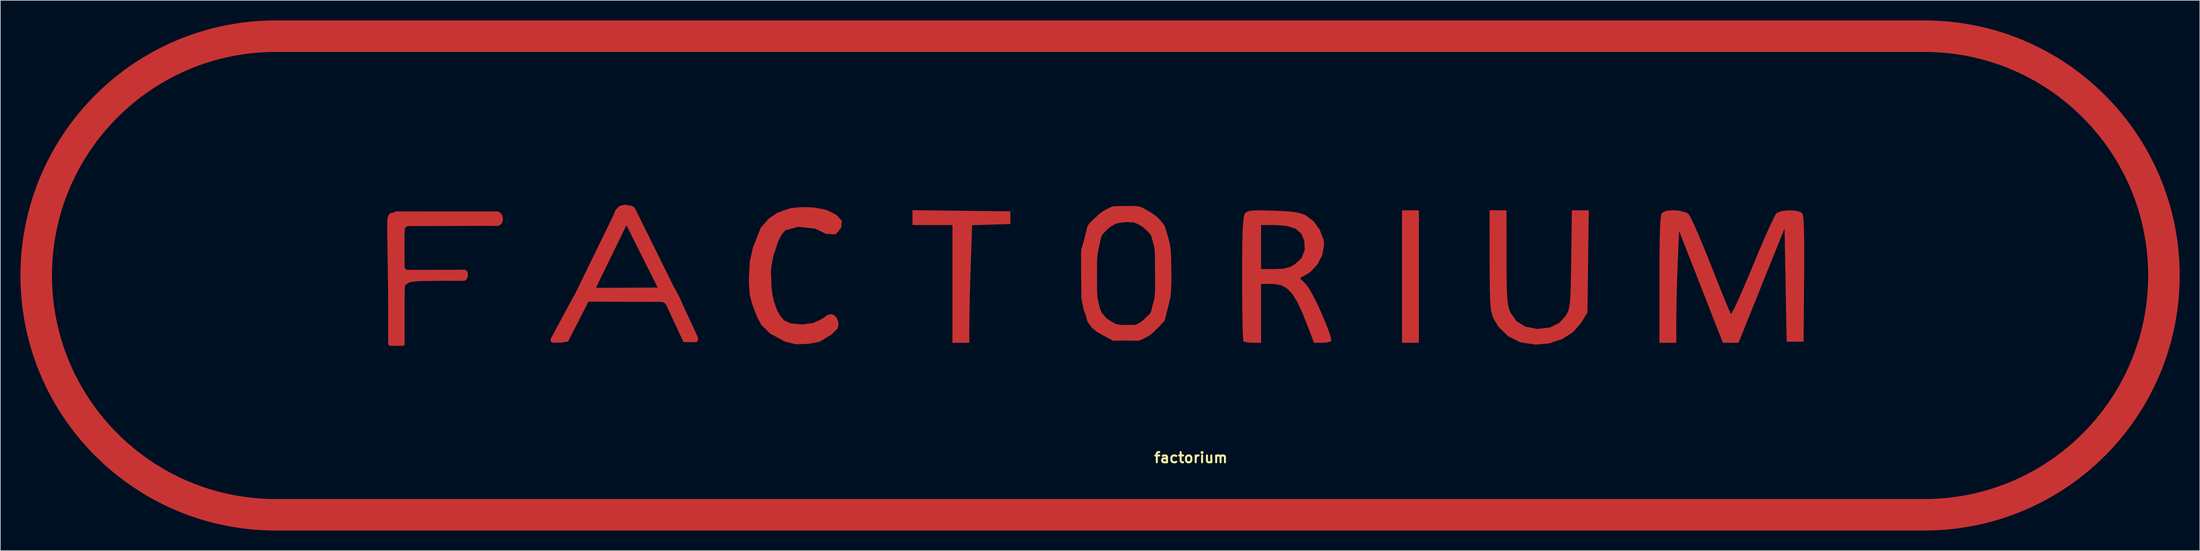
<source format=kicad_pcb>
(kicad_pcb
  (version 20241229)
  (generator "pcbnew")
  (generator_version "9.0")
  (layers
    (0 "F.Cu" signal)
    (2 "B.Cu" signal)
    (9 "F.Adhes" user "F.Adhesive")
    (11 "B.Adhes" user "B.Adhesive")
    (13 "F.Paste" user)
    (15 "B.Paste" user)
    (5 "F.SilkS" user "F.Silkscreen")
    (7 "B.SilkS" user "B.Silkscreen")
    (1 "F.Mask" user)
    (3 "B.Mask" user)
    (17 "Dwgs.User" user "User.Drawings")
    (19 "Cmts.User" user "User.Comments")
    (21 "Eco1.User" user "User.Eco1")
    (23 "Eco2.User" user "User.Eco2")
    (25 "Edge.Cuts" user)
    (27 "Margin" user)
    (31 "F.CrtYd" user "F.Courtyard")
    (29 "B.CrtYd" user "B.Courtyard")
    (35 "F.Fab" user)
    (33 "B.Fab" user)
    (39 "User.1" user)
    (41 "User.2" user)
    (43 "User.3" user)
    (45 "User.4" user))
  (footprint "factorium"
    (layer "F.Cu")
    (at 160.98 38.05)
    (property "Reference" "factorium" (at 13.54 27.18 180) (layer "F.SilkS") (effects (font (size 1.524 1.524) (thickness 0.3))))
    (attr through_hole)
    (fp_line (start -122.93 -35.7) (end 122.93 -35.7) (stroke (width 4.7) (type solid)) (layer "F.Cu"))
    (fp_line (start -122.93 35.7) (end 122.93 35.7) (stroke (width 4.7) (type solid)) (layer "F.Cu"))
    (fp_arc (start -122.93 35.7) (mid -158.63 0) (end -122.93 -35.7) (stroke (width 4.7) (type solid)) (layer "F.Cu"))
    (fp_arc (start 122.93 -35.7) (mid 158.63 0) (end 122.93 35.7) (stroke (width 4.7) (type solid)) (layer "F.Cu"))
    (fp_poly (pts (xy 47.538 10.035) (xy 45.03 10.035) (xy 45.03 -9.721) (xy 47.538 -9.721) (xy 47.538 10.035)) (stroke (width 0.01) (type solid)) (fill yes) (layer "F.Cu"))
    (fp_poly (pts (xy -69.932 -10.36) (xy -69.442 -10.09) (xy -62.962 3.015) (xy -65.242 3.14) (xy -70.622 -7.61) (xy -75.622 2.66) (xy -76.812 3.08) (xy -76.962 3.3) (xy -77.397 3.3) (xy -77.862 3.3) (xy -78.142 3.31) (xy -78.452 3.21) (xy -78.165 2.627) (xy -72.552 -8.88) (xy -72.212 -9.72) (xy -71.672 -10.3) (xy -70.872 -10.51)) (stroke (width 0.1) (type solid)) (fill yes) (layer "F.Cu"))
    (fp_poly (pts (xy -20.671 -9.648) (xy -13.38 -9.564) (xy -13.38 -7.683) (xy -16.232 -7.593) (xy -19.083 -7.504) (xy -19.288 -1.635) (xy -19.356 0.473) (xy -19.415 2.6) (xy -19.46 4.574) (xy -19.488 6.222) (xy -19.494 7.134) (xy -19.495 10.035) (xy -22.004 10.035) (xy -22.004 -7.526) (xy -27.962 -7.526) (xy -27.962 -9.733) (xy -20.671 -9.648)) (stroke (width 0.01) (type solid)) (fill yes) (layer "F.Cu"))
    (fp_poly (pts (xy -77.743 1.9) (xy -64.627 1.85) (xy -63.508 1.85) (xy -62.928 2.94) (xy -62.818 3.13) (xy -62.267 4.39) (xy -60.087 9.07) (xy -59.977 9.43) (xy -60.017 9.72) (xy -60.227 9.89) (xy -61.188 9.91) (xy -62.093 9.875) (xy -64.683 4.285) (xy -64.998 4) (xy -65.418 3.89) (xy -76.248 3.86) (xy -76.457 4.03) (xy -76.498 4.19) (xy -76.62 4.463) (xy -79.355 9.797) (xy -80.278 9.96) (xy -80.718 9.97) (xy -81.237 9.98) (xy -81.588 9.96) (xy -81.778 9.89) (xy -81.897 9.66) (xy -81.888 9.5) (xy -78.442 3.105) (xy -78.177 3.26) (xy -78.147 3.18) (xy -78.058 3.01) (xy -77.927 2.96)) (stroke (width 0.1) (type solid)) (fill yes) (layer "F.Cu"))
    (fp_poly (pts (xy 60.602 -2.744) (xy 60.609 -0.421) (xy 60.631 1.367) (xy 60.674 2.712) (xy 60.744 3.706) (xy 60.849 4.443) (xy 60.995 5.014) (xy 61.189 5.511) (xy 61.204 5.545) (xy 62.1 6.83) (xy 63.401 7.638) (xy 65.1 7.965) (xy 65.298 7.971) (xy 67.095 7.763) (xy 68.503 7.064) (xy 69.451 6) (xy 69.677 5.606) (xy 69.851 5.189) (xy 69.981 4.661) (xy 70.076 3.936) (xy 70.142 2.924) (xy 70.19 1.539) (xy 70.227 -0.306) (xy 70.258 -2.43) (xy 70.357 -9.721) (xy 72.865 -9.721) (xy 72.766 -2.091) (xy 72.667 5.539) (xy 71.724 7.064) (xy 70.511 8.457) (xy 68.891 9.488) (xy 66.995 10.118) (xy 64.953 10.306) (xy 62.898 10.011) (xy 62.516 9.897) (xy 60.793 9.017) (xy 59.405 7.645) (xy 58.681 6.428) (xy 58.494 5.964) (xy 58.351 5.422) (xy 58.247 4.716) (xy 58.175 3.758) (xy 58.129 2.462) (xy 58.104 0.739) (xy 58.094 -1.498) (xy 58.093 -2.273) (xy 58.086 -9.721) (xy 60.595 -9.721) (xy 60.602 -2.744)) (stroke (width 0.01) (type solid)) (fill yes) (layer "F.Cu"))
    (fp_poly (pts (xy -43.095 -10.11) (xy -42.565 -10.07) (xy -41.715 -9.92) (xy -40.915 -9.75) (xy -40.335 -9.5) (xy -39.335 -9) (xy -38.555 -8.14) (xy -38.645 -7.14) (xy -39.445 -6.19) (xy -40.82 -6.245) (xy -42.485 -7.04) (xy -45.005 -7.31) (xy -46.945 -6.79) (xy -47.535 -6.1) (xy -48.105 -4.94) (xy -48.465 -3.81) (xy -48.725 -3.05) (xy -48.875 -2.4) (xy -48.975 -1.81) (xy -49.075 -1.31) (xy -49.115 -0.51) (xy -49.105 0.01) (xy -49.065 0.6) (xy -49.055 1.58) (xy -48.915 2.77) (xy -48.665 3.92) (xy -48.185 5.27) (xy -47.675 6.14) (xy -47.075 6.79) (xy -46.125 7.2) (xy -44.405 7.35) (xy -42.845 7.16) (xy -41.925 6.77) (xy -41.395 6.5) (xy -41.135 6.32) (xy -40.735 6) (xy -40.295 5.84) (xy -39.885 5.87) (xy -39.595 6.03) (xy -39.285 6.4) (xy -39.125 6.79) (xy -39.035 7.17) (xy -39.145 7.84) (xy -40.075 8.78) (xy -41.835 9.84) (xy -43.525 10.15) (xy -45.325 10.22) (xy -46.875 9.85) (xy -49.165 8.63) (xy -50.465 7.34) (xy -51.055 6.24) (xy -51.465 5.23) (xy -51.865 4.13) (xy -52.195 2.8) (xy -52.325 0.83) (xy -52.185 -2.04) (xy -51.705 -4.17) (xy -50.565 -7.06) (xy -49.345 -8.47) (xy -48.075 -9.31) (xy -46.935 -9.74) (xy -46.165 -9.98) (xy -45.265 -10.09) (xy -44.085 -10.15)) (stroke (width 0.1) (type solid)) (fill yes) (layer "F.Cu"))
    (fp_poly (pts (xy 86.497 -9.641) (xy 87.4 -9.377) (xy 87.753 -9.143) (xy 88.027 -8.696) (xy 88.485 -7.752) (xy 89.089 -6.4) (xy 89.798 -4.729) (xy 90.574 -2.829) (xy 91.085 -1.539) (xy 91.865 0.436) (xy 92.577 2.217) (xy 93.189 3.72) (xy 93.666 4.863) (xy 93.973 5.561) (xy 94.067 5.739) (xy 94.241 5.53) (xy 94.615 4.813) (xy 95.154 3.66) (xy 95.825 2.145) (xy 96.595 0.343) (xy 97.349 -1.473) (xy 98.197 -3.516) (xy 98.995 -5.376) (xy 99.703 -6.97) (xy 100.286 -8.217) (xy 100.705 -9.035) (xy 100.905 -9.329) (xy 101.574 -9.594) (xy 102.543 -9.708) (xy 103.563 -9.673) (xy 104.386 -9.492) (xy 104.702 -9.291) (xy 104.814 -8.925) (xy 104.898 -8.107) (xy 104.955 -6.802) (xy 104.987 -4.975) (xy 104.994 -2.593) (xy 104.977 0.38) (xy 104.976 0.508) (xy 104.893 9.878) (xy 102.384 9.878) (xy 102.07 -7.049) (xy 98.633 1.493) (xy 95.196 10.035) (xy 92.875 10.035) (xy 90.451 3.841) (xy 89.666 1.835) (xy 88.899 -0.122) (xy 88.203 -1.901) (xy 87.627 -3.371) (xy 87.221 -4.405) (xy 87.181 -4.508) (xy 86.336 -6.663) (xy 86.128 -1.871) (xy 86.051 0.187) (xy 85.986 2.39) (xy 85.941 4.494) (xy 85.921 6.254) (xy 85.921 6.478) (xy 85.921 10.035) (xy 83.412 10.035) (xy 83.412 0.533) (xy 83.42 -2.406) (xy 83.444 -4.762) (xy 83.485 -6.58) (xy 83.546 -7.905) (xy 83.629 -8.781) (xy 83.734 -9.253) (xy 83.789 -9.345) (xy 84.438 -9.638) (xy 85.425 -9.732) (xy 86.497 -9.641)) (stroke (width 0.01) (type solid)) (fill yes) (layer "F.Cu"))
    (fp_poly (pts (xy 25.391 -9.68) (xy 25.748 -9.67) (xy 27.502 -9.6) (xy 28.774 -9.489) (xy 29.708 -9.318) (xy 30.448 -9.063) (xy 30.749 -8.919) (xy 31.868 -8.043) (xy 32.77 -6.785) (xy 33.313 -5.378) (xy 33.408 -4.559) (xy 33.134 -3.071) (xy 32.42 -1.66) (xy 31.395 -0.556) (xy 31.011 -0.298) (xy 29.808 0.393) (xy 30.786 1.43) (xy 31.215 2.032) (xy 31.766 3.016) (xy 32.383 4.253) (xy 33.009 5.614) (xy 33.589 6.97) (xy 34.066 8.193) (xy 34.382 9.155) (xy 34.482 9.725) (xy 34.462 9.799) (xy 34.085 9.951) (xy 33.33 10.031) (xy 33.11 10.035) (xy 31.901 10.035) (xy 31.044 7.761) (xy 30.167 5.557) (xy 29.382 3.893) (xy 28.632 2.7) (xy 27.858 1.912) (xy 27.003 1.458) (xy 26.007 1.27) (xy 25.533 1.254) (xy 24.007 1.254) (xy 24.007 10.035) (xy 22.805 10.035) (xy 21.976 9.984) (xy 21.446 9.861) (xy 21.394 9.826) (xy 21.341 9.47) (xy 21.293 8.568) (xy 21.251 7.199) (xy 21.218 5.443) (xy 21.196 3.38) (xy 21.185 1.092) (xy 21.185 0.478) (xy 21.188 -0.941) (xy 24.007 -0.941) (xy 25.999 -0.941) (xy 27.323 -1.005) (xy 28.278 -1.238) (xy 29.052 -1.656) (xy 30.073 -2.629) (xy 30.523 -3.82) (xy 30.462 -5.141) (xy 30.023 -6.238) (xy 29.155 -6.983) (xy 27.813 -7.404) (xy 26.124 -7.525) (xy 24.007 -7.526) (xy 24.007 -0.941) (xy 21.188 -0.941) (xy 21.192 -2.337) (xy 21.213 -4.583) (xy 21.252 -6.316) (xy 21.311 -7.592) (xy 21.392 -8.471) (xy 21.498 -9.008) (xy 21.593 -9.218) (xy 21.835 -9.456) (xy 22.22 -9.608) (xy 22.865 -9.688) (xy 23.883 -9.708) (xy 25.391 -9.68)) (stroke (width 0.01) (type solid)) (fill yes) (layer "F.Cu"))
    (fp_poly (pts (xy -105.01 -9.51) (xy -89.82 -9.5) (xy -89.54 -9.4) (xy -89.36 -9.19) (xy -89.23 -9.03) (xy -89.17 -8.9) (xy -89.12 -8.73) (xy -89.09 -8.57) (xy -89.1 -8.26) (xy -89.14 -8.03) (xy -89.23 -7.87) (xy -89.33 -7.7) (xy -89.52 -7.58) (xy -89.78 -7.46) (xy -90.03 -7.44) (xy -90.33 -7.44) (xy -90.68 -7.44) (xy -91.3 -7.45) (xy -103.17 -7.42) (xy -103.37 -7.37) (xy -103.51 -7.29) (xy -103.59 -7.21) (xy -103.65 -7.11) (xy -103.72 -6.92) (xy -103.75 -6.46) (xy -103.77 -5.78) (xy -103.75 -1.56) (xy -103.75 -1.22) (xy -103.67 -1.04) (xy -103.54 -0.87) (xy -103.39 -0.79) (xy -99.52 -0.79) (xy -94.94 -0.81) (xy -94.72 -0.81) (xy -94.49 -0.66) (xy -94.36 -0.5) (xy -94.33 -0.26) (xy -94.33 0.07) (xy -94.365 0.29) (xy -94.535 0.6) (xy -94.74 0.73) (xy -94.94 0.75) (xy -98.05 0.74) (xy -100.857 0.775) (xy -101.05 0.78) (xy -101.25 0.78) (xy -101.87 0.82) (xy -102.34 0.88) (xy -102.72 0.9) (xy -103.19 1.08) (xy -103.4 1.23) (xy -103.58 1.37) (xy -103.71 1.58) (xy -103.72 1.9) (xy -103.74 2.22) (xy -103.75 2.76) (xy -103.75 5.97) (xy -103.75 9.39) (xy -103.75 9.85) (xy -103.75 10.07) (xy -103.75 10.18) (xy -103.76 10.31) (xy -103.82 10.42) (xy -103.93 10.44) (xy -104.04 10.45) (xy -104.17 10.45) (xy -104.4 10.45) (xy -104.73 10.45) (xy -104.98 10.45) (xy -105.22 10.45) (xy -105.44 10.45) (xy -105.72 10.45) (xy -105.9 10.42) (xy -106.04 10.35) (xy -106.07 10.28) (xy -106.1 10.07) (xy -106.1 9.87) (xy -106.1 9.49) (xy -106.1 9.23) (xy -106.11 2.47) (xy -106.25 -7.22) (xy -106.23 -8.38) (xy -106.07 -8.92) (xy -105.84 -9.23) (xy -105.4 -9.315) (xy -105.26 -9.35)) (stroke (width 0.1) (type solid)) (fill yes) (layer "F.Cu"))
    (fp_poly (pts (xy 3.022 -10.3) (xy 3.632 -10.31) (xy 4.272 -10.31) (xy 4.872 -10.32) (xy 5.272 -10.32) (xy 5.782 -10.24) (xy 6.182 -10.13) (xy 6.592 -9.92) (xy 7.032 -9.65) (xy 7.532 -9.36) (xy 7.862 -9.14) (xy 8.462 -8.71) (xy 8.952 -8.19) (xy 9.352 -7.71) (xy 9.602 -7.34) (xy 9.952 -6.21) (xy 10.342 -4.79) (xy 10.472 -3.93) (xy 10.542 -2.83) (xy 10.572 -1.18) (xy 10.592 0.29) (xy 10.582 1.35) (xy 10.462 3.19) (xy 10.022 5.01) (xy 9.582 6.72) (xy 8.722 7.64) (xy 7.822 8.53) (xy 7.222 8.98) (xy 6.442 9.4) (xy 5.792 9.68) (xy 3.402 9.66) (xy 1.922 9.68) (xy 1.482 9.43) (xy 0.232 8.76) (xy -0.518 8.32) (xy -1.188 7.75) (xy -1.828 6.86) (xy -2.078 5.96) (xy -2.378 5.11) (xy -2.568 4.26) (xy -2.688 3.7) (xy -2.748 3.17) (xy -2.738 2.8) (xy -2.738 2.38) (xy -2.738 1.88) (xy -2.738 1.6) (xy -2.748 1.25) (xy -2.758 0.93) (xy -2.758 0.78) (xy -2.517 0.775) (xy -1.937 0.765) (xy -0.797 0.775) (xy -0.498 0.77) (xy -0.498 0.92) (xy -0.498 1.14) (xy -0.508 1.61) (xy -0.508 1.9) (xy -0.488 2.34) (xy -0.448 3.22) (xy -0.258 4.1) (xy -0.078 4.9) (xy 0.192 5.59) (xy 0.537 5.98) (xy 0.947 6.44) (xy 1.342 6.72) (xy 2.052 7.14) (xy 2.482 7.32) (xy 3.192 7.43) (xy 4.012 7.43) (xy 4.602 7.425) (xy 5.282 7.415) (xy 5.752 7.2) (xy 6.352 6.81) (xy 6.812 6.37) (xy 7.092 6.09) (xy 7.402 5.83) (xy 7.612 5.49) (xy 7.742 5.08) (xy 7.822 4.71) (xy 7.902 4.38) (xy 8.002 4.025) (xy 8.102 3.655) (xy 8.182 3.21) (xy 8.232 2.67) (xy 8.262 2.01) (xy 8.252 1.43) (xy 8.262 1) (xy 8.252 0.5) (xy 8.262 -0.02) (xy 8.242 -0.58) (xy 8.242 -1.4) (xy 8.232 -2.13) (xy 8.232 -2.8) (xy 8.212 -3.45) (xy 8.172 -3.99) (xy 8.082 -4.45) (xy 7.942 -4.88) (xy 7.902 -5.14) (xy 7.772 -5.54) (xy 7.672 -5.93) (xy 7.482 -6.25) (xy 7.122 -6.62) (xy 6.602 -7.12) (xy 6.055 -7.49) (xy 5.57 -7.75) (xy 5.097 -7.955) (xy 4.747 -7.965) (xy 4.232 -8.01) (xy 3.742 -7.99) (xy 3.317 -7.955) (xy 2.962 -7.91) (xy 2.732 -7.875) (xy 2.452 -7.805) (xy 2.202 -7.68) (xy 2.002 -7.58) (xy 1.732 -7.43) (xy 1.552 -7.33) (xy 1.262 -7.07) (xy 1.022 -6.9) (xy 0.822 -6.7) (xy 0.582 -6.43) (xy 0.342 -6.17) (xy 0.172 -5.86) (xy 0.082 -5.58) (xy -0.008 -5.24) (xy -0.068 -4.87) (xy -0.178 -4.47) (xy -0.258 -3.99) (xy -0.338 -3.66) (xy -0.398 -3.25) (xy -0.468 -2.76) (xy -0.488 -2.23) (xy -0.518 -1.7) (xy -0.498 -0.92) (xy -0.508 0.715) (xy -1.527 0.705) (xy -2.318 0.7) (xy -2.638 0.69) (xy -2.778 0.68) (xy -2.778 0.38) (xy -2.768 -0.26) (xy -2.778 -0.85) (xy -2.778 -1.56) (xy -2.778 -2.34) (xy -2.788 -3.25) (xy -2.748 -3.88) (xy -2.558 -4.54) (xy -2.348 -5.23) (xy -2.208 -5.8) (xy -2.068 -6.34) (xy -1.948 -6.82) (xy -1.848 -7.3) (xy -1.668 -7.59) (xy -1.368 -7.92) (xy -1.028 -8.28) (xy -0.618 -8.63) (xy -0.278 -8.97) (xy 0.002 -9.21) (xy 0.402 -9.5) (xy 0.882 -9.79) (xy 1.442 -10.06) (xy 1.892 -10.25) (xy 2.377 -10.287)) (stroke (width 0.1) (type solid)) (fill yes) (layer "F.Cu")))
  (gr_rect
    (start -3 -3)
    (end 324.96 79.1)
    (stroke (width 0.1) (type default))
    (fill no)
    (layer "Edge.Cuts")))
</source>
